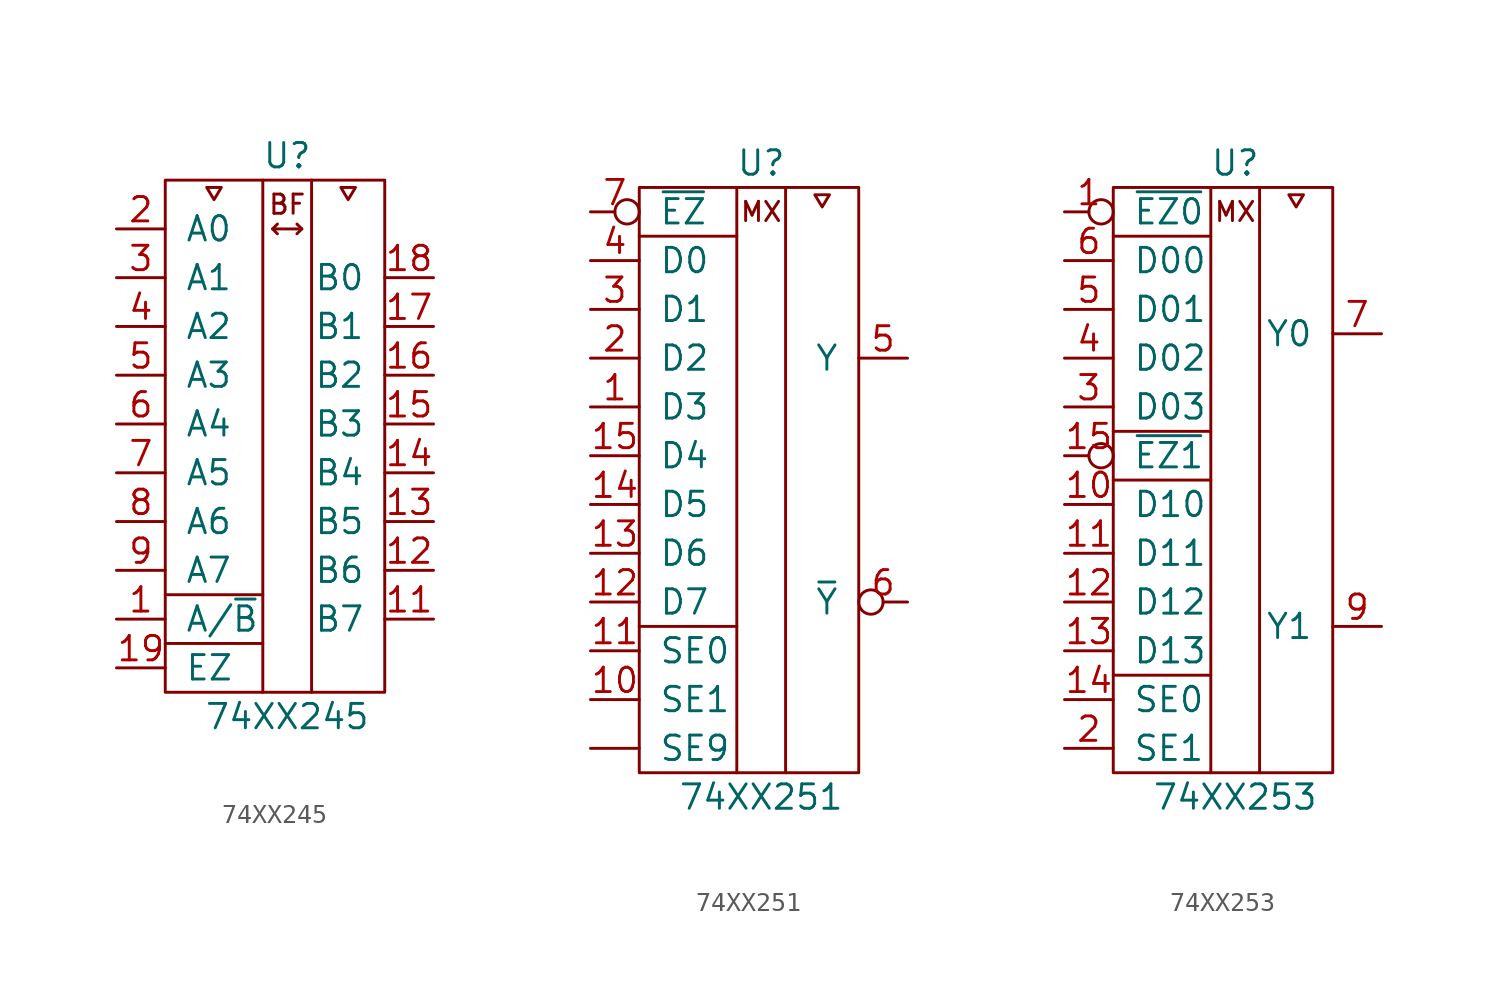
<source format=kicad_sym>
(kicad_symbol_lib
  (version 20211014)
  (generator kicad_symbol_editor)
  (symbol "74XX245"
    (pin_names
      (offset 1.016))
    (property "Reference" "U"
      (at 0 15.24 0)
      (effects (font (size 1.27 1.27))))
    (property "Value" "74XX245"
      (at 0 -13.97 0)
      (effects (font (size 1.27 1.27))))
    (symbol "74XX245_0_1"
      (polyline (pts (xy -6.35 -10.16) (xy -1.27 -10.16)) (stroke (width 0) (type default) (color 0 0 0 0)) (fill (type none)))
      (polyline (pts (xy -3.81 12.954) (xy -4.191 13.589) (xy -3.429 13.589) (xy -3.81 12.954)) (stroke (width 0) (type default) (color 0 0 0 0)) (fill (type none)))
      (polyline (pts (xy 3.175 12.954) (xy 2.794 13.589) (xy 3.556 13.589) (xy 3.175 12.954)) (stroke (width 0) (type default) (color 0 0 0 0)) (fill (type none)))
      (pin power_in line (at 5.08 -12.7 180) (length 0) hide (name "GND" (effects (font (size 1.27 1.27)))) (number "10" (effects (font (size 1.27 1.27)))))
      (pin power_in line (at 5.08 13.97 180) (length 0) hide (name "VCC" (effects (font (size 1.27 1.27)))) (number "20" (effects (font (size 1.27 1.27))))))
    (symbol "74XX245_1_1"
      (rectangle (start -6.35 13.97) (end 5.08 -12.7) (stroke (width 0) (type default) (color 0 0 0 0)) (fill (type none)))
      (polyline (pts (xy -6.35 -7.62) (xy -1.27 -7.62)) (stroke (width 0) (type default) (color 0 0 0 0)) (fill (type none)))
      (polyline (pts (xy -1.27 13.97) (xy -1.27 -12.7)) (stroke (width 0) (type default) (color 0 0 0 0)) (fill (type none)))
      (polyline (pts (xy -0.762 11.43) (xy 0.762 11.43)) (stroke (width 0) (type default) (color 0 0 0 0)) (fill (type none)))
      (polyline (pts (xy 1.27 -12.7) (xy 1.27 13.97)) (stroke (width 0) (type default) (color 0 0 0 0)) (fill (type none)))
      (polyline (pts (xy -0.508 11.684) (xy -0.762 11.43) (xy -0.508 11.176)) (stroke (width 0) (type default) (color 0 0 0 0)) (fill (type none)))
      (polyline (pts (xy 0.508 11.684) (xy 0.762 11.43) (xy 0.508 11.176)) (stroke (width 0) (type default) (color 0 0 0 0)) (fill (type none)))
      (text "BF" (at 0 12.7 0) (effects (font (size 1 1))))
      (pin input line (at -8.89 -8.89 0) (length 2.54) (name "A/~{B}" (effects (font (size 1.27 1.27)))) (number "1" (effects (font (size 1.27 1.27)))))
      (pin tri_state line (at 7.62 -8.89 180) (length 2.54) (name "B7" (effects (font (size 1.27 1.27)))) (number "11" (effects (font (size 1.27 1.27)))))
      (pin tri_state line (at 7.62 -6.35 180) (length 2.54) (name "B6" (effects (font (size 1.27 1.27)))) (number "12" (effects (font (size 1.27 1.27)))))
      (pin tri_state line (at 7.62 -3.81 180) (length 2.54) (name "B5" (effects (font (size 1.27 1.27)))) (number "13" (effects (font (size 1.27 1.27)))))
      (pin tri_state line (at 7.62 -1.27 180) (length 2.54) (name "B4" (effects (font (size 1.27 1.27)))) (number "14" (effects (font (size 1.27 1.27)))))
      (pin tri_state line (at 7.62 1.27 180) (length 2.54) (name "B3" (effects (font (size 1.27 1.27)))) (number "15" (effects (font (size 1.27 1.27)))))
      (pin tri_state line (at 7.62 3.81 180) (length 2.54) (name "B2" (effects (font (size 1.27 1.27)))) (number "16" (effects (font (size 1.27 1.27)))))
      (pin tri_state line (at 7.62 6.35 180) (length 2.54) (name "B1" (effects (font (size 1.27 1.27)))) (number "17" (effects (font (size 1.27 1.27)))))
      (pin tri_state line (at 7.62 8.89 180) (length 2.54) (name "B0" (effects (font (size 1.27 1.27)))) (number "18" (effects (font (size 1.27 1.27)))))
      (pin input line (at -8.89 -11.43 0) (length 2.54) (name "EZ" (effects (font (size 1.27 1.27)))) (number "19" (effects (font (size 1.27 1.27)))))
      (pin tri_state line (at -8.89 11.43 0) (length 2.54) (name "A0" (effects (font (size 1.27 1.27)))) (number "2" (effects (font (size 1.27 1.27)))))
      (pin tri_state line (at -8.89 8.89 0) (length 2.54) (name "A1" (effects (font (size 1.27 1.27)))) (number "3" (effects (font (size 1.27 1.27)))))
      (pin tri_state line (at -8.89 6.35 0) (length 2.54) (name "A2" (effects (font (size 1.27 1.27)))) (number "4" (effects (font (size 1.27 1.27)))))
      (pin tri_state line (at -8.89 3.81 0) (length 2.54) (name "A3" (effects (font (size 1.27 1.27)))) (number "5" (effects (font (size 1.27 1.27)))))
      (pin tri_state line (at -8.89 1.27 0) (length 2.54) (name "A4" (effects (font (size 1.27 1.27)))) (number "6" (effects (font (size 1.27 1.27)))))
      (pin tri_state line (at -8.89 -1.27 0) (length 2.54) (name "A5" (effects (font (size 1.27 1.27)))) (number "7" (effects (font (size 1.27 1.27)))))
      (pin tri_state line (at -8.89 -3.81 0) (length 2.54) (name "A6" (effects (font (size 1.27 1.27)))) (number "8" (effects (font (size 1.27 1.27)))))
      (pin tri_state line (at -8.89 -6.35 0) (length 2.54) (name "A7" (effects (font (size 1.27 1.27)))) (number "9" (effects (font (size 1.27 1.27)))))))
  (symbol "74XX251"
    (pin_names
      (offset 1.016))
    (property "Reference" "U"
      (at 0 16.51 0)
      (effects (font (size 1.27 1.27))))
    (property "Value" "74XX251"
      (at 0 -16.51 0)
      (effects (font (size 1.27 1.27))))
    (symbol "74XX251_0_0"
      (polyline (pts (xy -6.35 -7.62) (xy -1.27 -7.62)) (stroke (width 0) (type default) (color 0 0 0 0)) (fill (type none)))
      (polyline (pts (xy -6.35 12.7) (xy -1.27 12.7)) (stroke (width 0) (type default) (color 0 0 0 0)) (fill (type none)))
      (text "MX" (at 0 13.97 0) (effects (font (size 1 1)))))
    (symbol "74XX251_0_1"
      (rectangle (start -6.35 -15.24) (end 5.08 15.24) (stroke (width 0) (type default) (color 0 0 0 0)) (fill (type none)))
      (polyline (pts (xy -1.27 -15.24) (xy -1.27 15.24)) (stroke (width 0) (type default) (color 0 0 0 0)) (fill (type none)))
      (polyline (pts (xy 1.27 15.24) (xy 1.27 -15.24)) (stroke (width 0) (type default) (color 0 0 0 0)) (fill (type none)))
      (polyline (pts (xy 3.175 14.224) (xy 2.794 14.859) (xy 3.556 14.859) (xy 3.175 14.224)) (stroke (width 0) (type default) (color 0 0 0 0)) (fill (type none)))
      (pin power_in line (at 5.08 15.24 180) (length 0) hide (name "VCC" (effects (font (size 1.27 1.27)))) (number "16" (effects (font (size 1.27 1.27)))))
      (pin power_in line (at 5.08 -15.24 180) (length 0) hide (name "GND" (effects (font (size 1.27 1.27)))) (number "8" (effects (font (size 1.27 1.27))))))
    (symbol "74XX251_1_1"
      (pin input line (at -8.89 3.81 0) (length 2.54) (name "D3" (effects (font (size 1.27 1.27)))) (number "1" (effects (font (size 1.27 1.27)))))
      (pin input line (at -8.89 -11.43 0) (length 2.54) (name "SE1" (effects (font (size 1.27 1.27)))) (number "10" (effects (font (size 1.27 1.27)))))
      (pin input line (at -8.89 -8.89 0) (length 2.54) (name "SE0" (effects (font (size 1.27 1.27)))) (number "11" (effects (font (size 1.27 1.27)))))
      (pin input line (at -8.89 -6.35 0) (length 2.54) (name "D7" (effects (font (size 1.27 1.27)))) (number "12" (effects (font (size 1.27 1.27)))))
      (pin input line (at -8.89 -3.81 0) (length 2.54) (name "D6" (effects (font (size 1.27 1.27)))) (number "13" (effects (font (size 1.27 1.27)))))
      (pin input line (at -8.89 -1.27 0) (length 2.54) (name "D5" (effects (font (size 1.27 1.27)))) (number "14" (effects (font (size 1.27 1.27)))))
      (pin input line (at -8.89 1.27 0) (length 2.54) (name "D4" (effects (font (size 1.27 1.27)))) (number "15" (effects (font (size 1.27 1.27)))))
      (pin input line (at -8.89 6.35 0) (length 2.54) (name "D2" (effects (font (size 1.27 1.27)))) (number "2" (effects (font (size 1.27 1.27)))))
      (pin input line (at -8.89 8.89 0) (length 2.54) (name "D1" (effects (font (size 1.27 1.27)))) (number "3" (effects (font (size 1.27 1.27)))))
      (pin input line (at -8.89 11.43 0) (length 2.54) (name "D0" (effects (font (size 1.27 1.27)))) (number "4" (effects (font (size 1.27 1.27)))))
      (pin tri_state line (at 7.62 6.35 180) (length 2.54) (name "Y" (effects (font (size 1.27 1.27)))) (number "5" (effects (font (size 1.27 1.27)))))
      (pin tri_state inverted (at 7.62 -6.35 180) (length 2.54) (name "~{Y}" (effects (font (size 1.27 1.27)))) (number "6" (effects (font (size 1.27 1.27)))))
      (pin input inverted (at -8.89 13.97 0) (length 2.54) (name "~{EZ}" (effects (font (size 1.27 1.27)))) (number "7" (effects (font (size 1.27 1.27)))))
      (pin input line (at -8.89 -13.97 0) (length 2.54) (name "SE9" (effects (font (size 1.27 1.27)))) (number "~" (effects (font (size 1.27 1.27)))))))
  (symbol "74XX253"
    (pin_names
      (offset 1.016))
    (property "Reference" "U"
      (at 0 16.51 0)
      (effects (font (size 1.27 1.27))))
    (property "Value" "74XX253"
      (at 0 -16.51 0)
      (effects (font (size 1.27 1.27))))
    (symbol "74XX253_0_0"
      (polyline (pts (xy -6.35 -10.16) (xy -1.27 -10.16)) (stroke (width 0) (type default) (color 0 0 0 0)) (fill (type none)))
      (polyline (pts (xy -6.35 0) (xy -1.27 0)) (stroke (width 0) (type default) (color 0 0 0 0)) (fill (type none)))
      (polyline (pts (xy -6.35 2.54) (xy -1.27 2.54)) (stroke (width 0) (type default) (color 0 0 0 0)) (fill (type none)))
      (polyline (pts (xy -6.35 12.7) (xy -1.27 12.7)) (stroke (width 0) (type default) (color 0 0 0 0)) (fill (type none)))
      (text "MX" (at 0 13.97 0) (effects (font (size 1 1)))))
    (symbol "74XX253_0_1"
      (rectangle (start -6.35 -15.24) (end 5.08 15.24) (stroke (width 0) (type default) (color 0 0 0 0)) (fill (type none)))
      (polyline (pts (xy -1.27 15.24) (xy -1.27 -15.24)) (stroke (width 0) (type default) (color 0 0 0 0)) (fill (type none)))
      (polyline (pts (xy 1.27 -15.24) (xy 1.27 15.24)) (stroke (width 0) (type default) (color 0 0 0 0)) (fill (type none)))
      (polyline (pts (xy 3.175 14.224) (xy 2.794 14.859) (xy 3.556 14.859) (xy 3.175 14.224)) (stroke (width 0) (type default) (color 0 0 0 0)) (fill (type none)))
      (pin power_in line (at 5.08 15.24 180) (length 0) hide (name "VCC" (effects (font (size 1.27 1.27)))) (number "16" (effects (font (size 1.27 1.27)))))
      (pin power_in line (at 5.08 -15.24 180) (length 0) hide (name "GND" (effects (font (size 1.27 1.27)))) (number "8" (effects (font (size 1.27 1.27))))))
    (symbol "74XX253_1_1"
      (pin input inverted (at -8.89 13.97 0) (length 2.54) (name "~{EZ0}" (effects (font (size 1.27 1.27)))) (number "1" (effects (font (size 1.27 1.27)))))
      (pin input line (at -8.89 -1.27 0) (length 2.54) (name "D10" (effects (font (size 1.27 1.27)))) (number "10" (effects (font (size 1.27 1.27)))))
      (pin input line (at -8.89 -3.81 0) (length 2.54) (name "D11" (effects (font (size 1.27 1.27)))) (number "11" (effects (font (size 1.27 1.27)))))
      (pin input line (at -8.89 -6.35 0) (length 2.54) (name "D12" (effects (font (size 1.27 1.27)))) (number "12" (effects (font (size 1.27 1.27)))))
      (pin input line (at -8.89 -8.89 0) (length 2.54) (name "D13" (effects (font (size 1.27 1.27)))) (number "13" (effects (font (size 1.27 1.27)))))
      (pin input line (at -8.89 -11.43 0) (length 2.54) (name "SE0" (effects (font (size 1.27 1.27)))) (number "14" (effects (font (size 1.27 1.27)))))
      (pin input inverted (at -8.89 1.27 0) (length 2.54) (name "~{EZ1}" (effects (font (size 1.27 1.27)))) (number "15" (effects (font (size 1.27 1.27)))))
      (pin input line (at -8.89 -13.97 0) (length 2.54) (name "SE1" (effects (font (size 1.27 1.27)))) (number "2" (effects (font (size 1.27 1.27)))))
      (pin input line (at -8.89 3.81 0) (length 2.54) (name "D03" (effects (font (size 1.27 1.27)))) (number "3" (effects (font (size 1.27 1.27)))))
      (pin input line (at -8.89 6.35 0) (length 2.54) (name "D02" (effects (font (size 1.27 1.27)))) (number "4" (effects (font (size 1.27 1.27)))))
      (pin input line (at -8.89 8.89 0) (length 2.54) (name "D01" (effects (font (size 1.27 1.27)))) (number "5" (effects (font (size 1.27 1.27)))))
      (pin input line (at -8.89 11.43 0) (length 2.54) (name "D00" (effects (font (size 1.27 1.27)))) (number "6" (effects (font (size 1.27 1.27)))))
      (pin tri_state line (at 7.62 7.62 180) (length 2.54) (name "Y0" (effects (font (size 1.27 1.27)))) (number "7" (effects (font (size 1.27 1.27)))))
      (pin tri_state line (at 7.62 -7.62 180) (length 2.54) (name "Y1" (effects (font (size 1.27 1.27)))) (number "9" (effects (font (size 1.27 1.27))))))))
</source>
